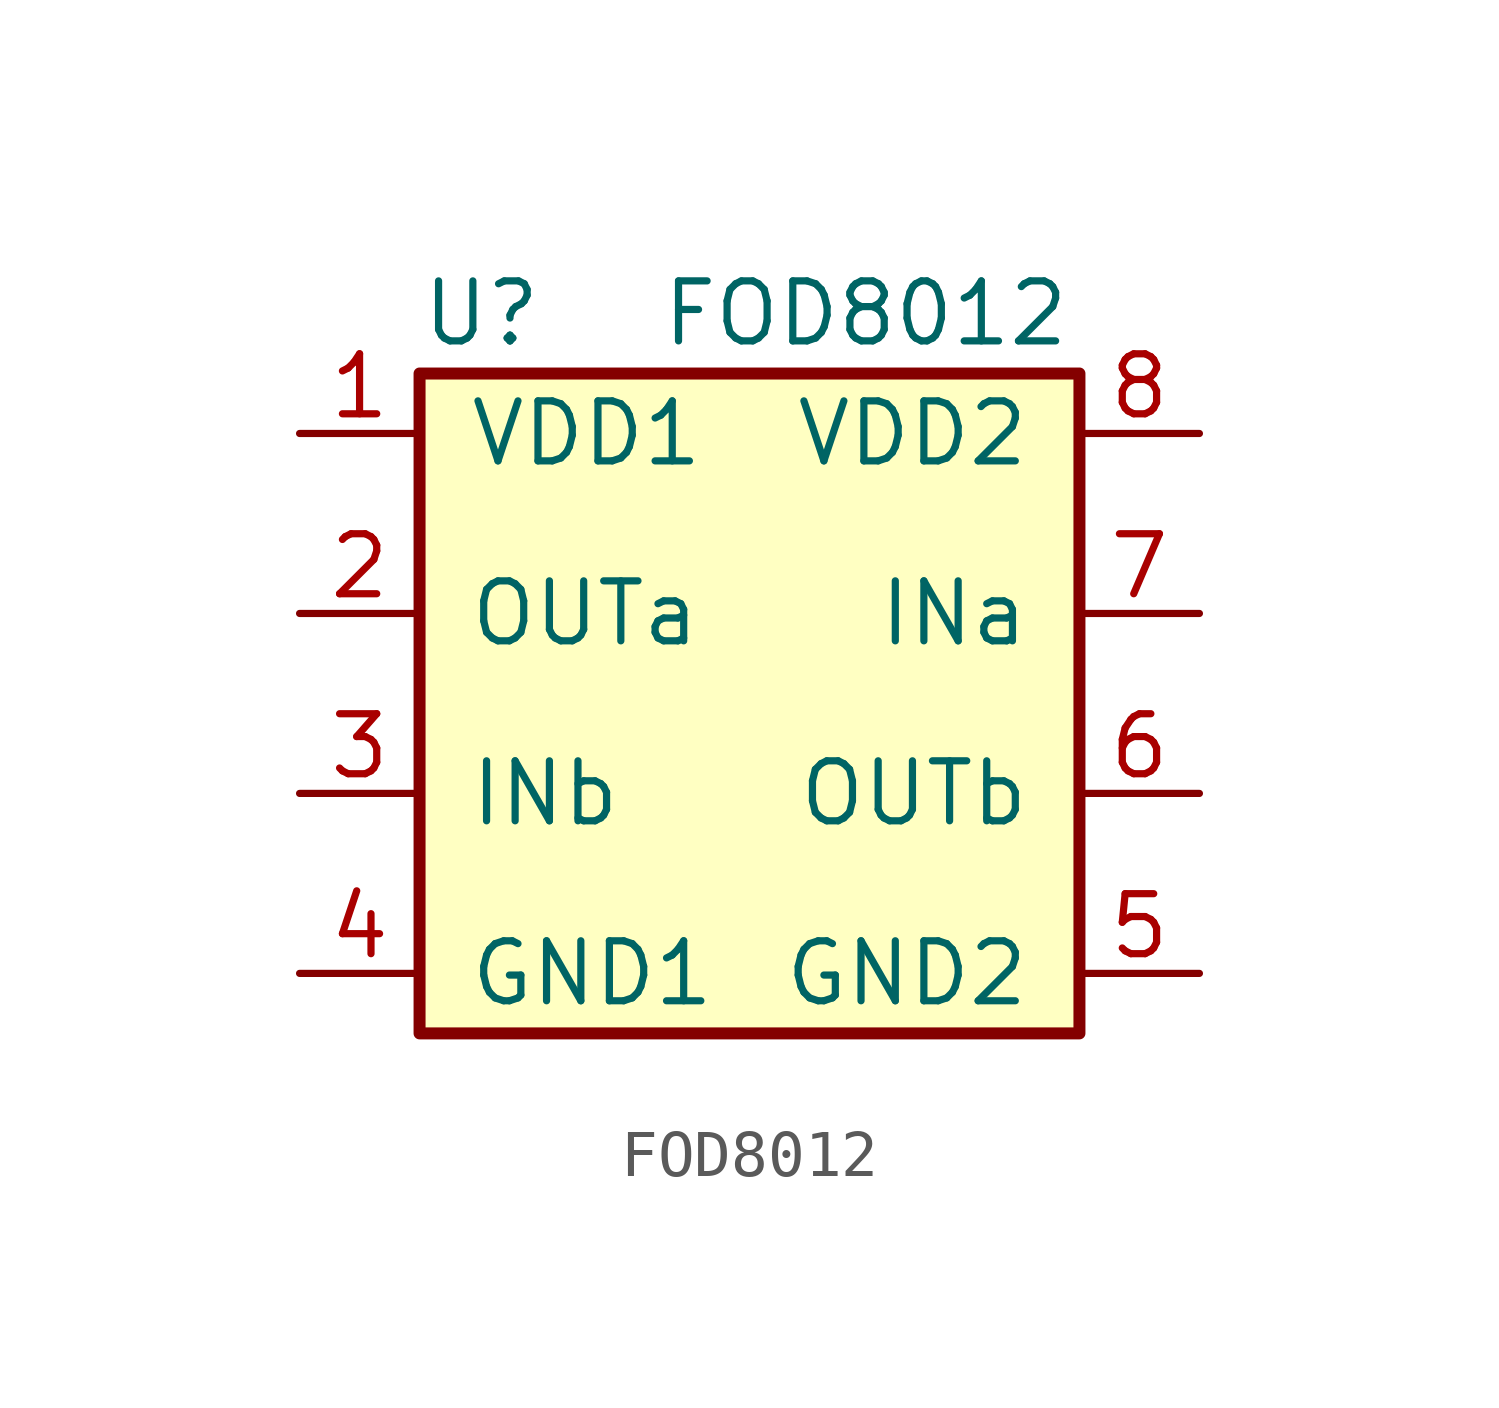
<source format=kicad_sym>
(kicad_symbol_lib
  (version 20211014)
  (generator kicad_symbol_editor)
  (symbol "FOD8012"
    (pin_names
      (offset 1.016))
    (property "Reference" "U"
      (at -5.08 5.08 0)
      (effects (font (size 1.27 1.27)) (justify left)))
    (property "Value" "FOD8012"
      (at 0 5.08 0)
      (effects (font (size 1.27 1.27)) (justify left)))
    (symbol "FOD8012_0_1"
      (rectangle (start -5.08 3.81) (end 8.89 -10.16) (stroke (width 0.254) (type default) (color 0 0 0 0)) (fill (type background))))
    (symbol "FOD8012_1_1"
      (pin passive line (at -7.62 2.54 0) (length 2.54) (name "VDD1" (effects (font (size 1.27 1.27)))) (number "1" (effects (font (size 1.27 1.27)))))
      (pin passive line (at -7.62 -1.27 0) (length 2.54) (name "OUTa" (effects (font (size 1.27 1.27)))) (number "2" (effects (font (size 1.27 1.27)))))
      (pin input line (at -7.62 -5.08 0) (length 2.54) (name "INb" (effects (font (size 1.27 1.27)))) (number "3" (effects (font (size 1.27 1.27)))))
      (pin passive line (at -7.62 -8.89 0) (length 2.54) (name "GND1" (effects (font (size 1.27 1.27)))) (number "4" (effects (font (size 1.27 1.27)))))
      (pin passive line (at 11.43 -8.89 180) (length 2.54) (name "GND2" (effects (font (size 1.27 1.27)))) (number "5" (effects (font (size 1.27 1.27)))))
      (pin passive line (at 11.43 -5.08 180) (length 2.54) (name "OUTb" (effects (font (size 1.27 1.27)))) (number "6" (effects (font (size 1.27 1.27)))))
      (pin passive line (at 11.43 -1.27 180) (length 2.54) (name "INa" (effects (font (size 1.27 1.27)))) (number "7" (effects (font (size 1.27 1.27)))))
      (pin passive line (at 11.43 2.54 180) (length 2.54) (name "VDD2" (effects (font (size 1.27 1.27)))) (number "8" (effects (font (size 1.27 1.27))))))))
</source>
